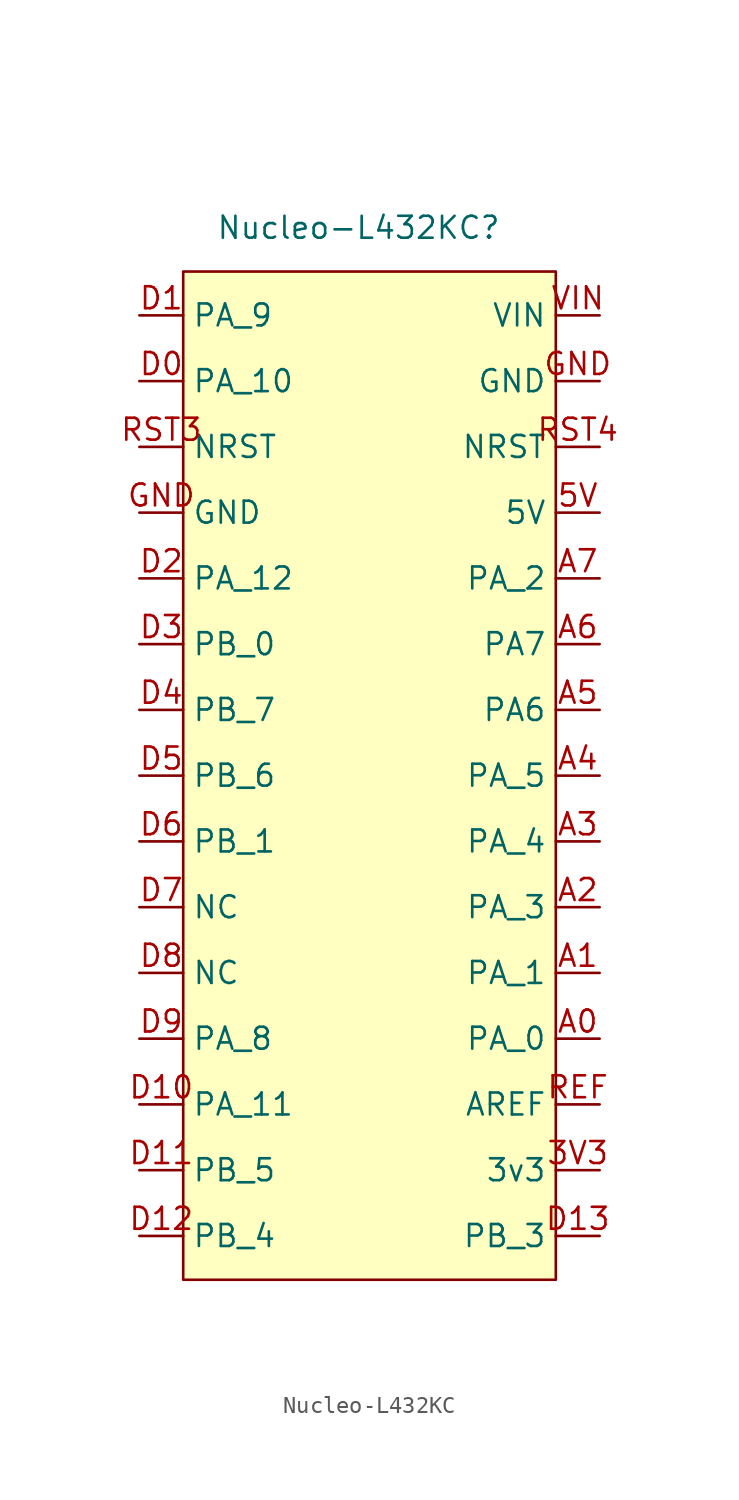
<source format=kicad_sym>
(kicad_symbol_lib
  (version 20220914)
  (generator kicad_symbol_editor)
  (symbol "Nucleo-L432KC"
    (property "Reference" "Nucleo-L432KC"
      (at 1.27 -2.54 0)
      (effects (font (size 1.27 1.27))))
    (property "Value" ""
      (at 0 0 0)
      (effects (font (size 1.27 1.27))))
    (symbol "Nucleo-L432KC_1_1"
      (rectangle (start -8.89 -5.08) (end 12.7 -63.5) (stroke (width 0) (type default)) (fill (type background)))
      (pin passive line (at 15.24 -57.15 180) (length 2.54) (name "3v3" (effects (font (size 1.27 1.27)))) (number "3V3" (effects (font (size 1.27 1.27)))))
      (pin passive line (at 15.24 -19.05 180) (length 2.54) (name "5V" (effects (font (size 1.27 1.27)))) (number "5V" (effects (font (size 1.27 1.27)))))
      (pin passive line (at 15.24 -49.53 180) (length 2.54) (name "PA_0" (effects (font (size 1.27 1.27)))) (number "A0" (effects (font (size 1.27 1.27)))))
      (pin passive line (at 15.24 -45.72 180) (length 2.54) (name "PA_1" (effects (font (size 1.27 1.27)))) (number "A1" (effects (font (size 1.27 1.27)))))
      (pin passive line (at 15.24 -41.91 180) (length 2.54) (name "PA_3" (effects (font (size 1.27 1.27)))) (number "A2" (effects (font (size 1.27 1.27)))))
      (pin passive line (at 15.24 -38.1 180) (length 2.54) (name "PA_4" (effects (font (size 1.27 1.27)))) (number "A3" (effects (font (size 1.27 1.27)))))
      (pin passive line (at 15.24 -34.29 180) (length 2.54) (name "PA_5" (effects (font (size 1.27 1.27)))) (number "A4" (effects (font (size 1.27 1.27)))))
      (pin passive line (at 15.24 -30.48 180) (length 2.54) (name "PA6" (effects (font (size 1.27 1.27)))) (number "A5" (effects (font (size 1.27 1.27)))))
      (pin passive line (at 15.24 -26.67 180) (length 2.54) (name "PA7" (effects (font (size 1.27 1.27)))) (number "A6" (effects (font (size 1.27 1.27)))))
      (pin passive line (at 15.24 -22.86 180) (length 2.54) (name "PA_2" (effects (font (size 1.27 1.27)))) (number "A7" (effects (font (size 1.27 1.27)))))
      (pin passive line (at -11.43 -11.43 0) (length 2.54) (name "PA_10" (effects (font (size 1.27 1.27)))) (number "D0" (effects (font (size 1.27 1.27)))))
      (pin passive line (at -11.43 -7.62 0) (length 2.54) (name "PA_9" (effects (font (size 1.27 1.27)))) (number "D1" (effects (font (size 1.27 1.27)))))
      (pin passive line (at -11.43 -53.34 0) (length 2.54) (name "PA_11" (effects (font (size 1.27 1.27)))) (number "D10" (effects (font (size 1.27 1.27)))))
      (pin passive line (at -11.43 -57.15 0) (length 2.54) (name "PB_5" (effects (font (size 1.27 1.27)))) (number "D11" (effects (font (size 1.27 1.27)))))
      (pin passive line (at -11.43 -60.96 0) (length 2.54) (name "PB_4" (effects (font (size 1.27 1.27)))) (number "D12" (effects (font (size 1.27 1.27)))))
      (pin passive line (at 15.24 -60.96 180) (length 2.54) (name "PB_3" (effects (font (size 1.27 1.27)))) (number "D13" (effects (font (size 1.27 1.27)))))
      (pin passive line (at -11.43 -22.86 0) (length 2.54) (name "PA_12" (effects (font (size 1.27 1.27)))) (number "D2" (effects (font (size 1.27 1.27)))))
      (pin passive line (at -11.43 -26.67 0) (length 2.54) (name "PB_0" (effects (font (size 1.27 1.27)))) (number "D3" (effects (font (size 1.27 1.27)))))
      (pin passive line (at -11.43 -30.48 0) (length 2.54) (name "PB_7" (effects (font (size 1.27 1.27)))) (number "D4" (effects (font (size 1.27 1.27)))))
      (pin passive line (at -11.43 -34.29 0) (length 2.54) (name "PB_6" (effects (font (size 1.27 1.27)))) (number "D5" (effects (font (size 1.27 1.27)))))
      (pin passive line (at -11.43 -38.1 0) (length 2.54) (name "PB_1" (effects (font (size 1.27 1.27)))) (number "D6" (effects (font (size 1.27 1.27)))))
      (pin passive line (at -11.43 -41.91 0) (length 2.54) (name "NC" (effects (font (size 1.27 1.27)))) (number "D7" (effects (font (size 1.27 1.27)))))
      (pin passive line (at -11.43 -45.72 0) (length 2.54) (name "NC" (effects (font (size 1.27 1.27)))) (number "D8" (effects (font (size 1.27 1.27)))))
      (pin passive line (at -11.43 -49.53 0) (length 2.54) (name "PA_8" (effects (font (size 1.27 1.27)))) (number "D9" (effects (font (size 1.27 1.27)))))
      (pin passive line (at -11.43 -19.05 0) (length 2.54) (name "GND" (effects (font (size 1.27 1.27)))) (number "GND" (effects (font (size 1.27 1.27)))))
      (pin passive line (at 15.24 -11.43 180) (length 2.54) (name "GND" (effects (font (size 1.27 1.27)))) (number "GND" (effects (font (size 1.27 1.27)))))
      (pin passive line (at 15.24 -53.34 180) (length 2.54) (name "AREF" (effects (font (size 1.27 1.27)))) (number "REF" (effects (font (size 1.27 1.27)))))
      (pin passive line (at -11.43 -15.24 0) (length 2.54) (name "NRST" (effects (font (size 1.27 1.27)))) (number "RST3" (effects (font (size 1.27 1.27)))))
      (pin passive line (at 15.24 -15.24 180) (length 2.54) (name "NRST" (effects (font (size 1.27 1.27)))) (number "RST4" (effects (font (size 1.27 1.27)))))
      (pin passive line (at 15.24 -7.62 180) (length 2.54) (name "VIN" (effects (font (size 1.27 1.27)))) (number "VIN" (effects (font (size 1.27 1.27))))))))
</source>
